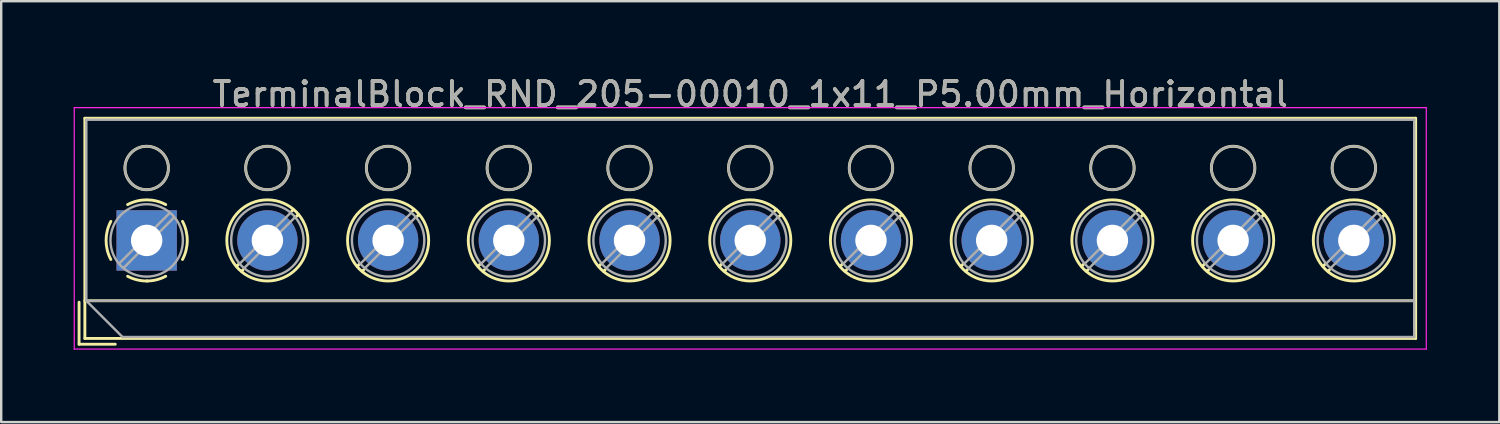
<source format=kicad_pcb>
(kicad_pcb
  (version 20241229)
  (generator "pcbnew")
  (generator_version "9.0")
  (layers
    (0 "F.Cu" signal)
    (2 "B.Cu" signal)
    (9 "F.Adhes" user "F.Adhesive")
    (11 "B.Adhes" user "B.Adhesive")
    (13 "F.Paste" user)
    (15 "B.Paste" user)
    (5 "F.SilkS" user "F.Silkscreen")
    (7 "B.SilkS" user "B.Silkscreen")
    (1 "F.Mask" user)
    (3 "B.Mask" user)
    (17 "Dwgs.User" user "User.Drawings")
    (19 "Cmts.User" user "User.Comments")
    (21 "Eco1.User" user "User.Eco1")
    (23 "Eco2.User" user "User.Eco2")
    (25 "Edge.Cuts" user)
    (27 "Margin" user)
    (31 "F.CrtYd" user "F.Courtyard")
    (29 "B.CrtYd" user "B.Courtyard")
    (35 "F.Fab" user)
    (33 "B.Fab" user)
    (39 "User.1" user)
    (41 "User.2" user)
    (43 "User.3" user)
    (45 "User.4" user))
  (footprint "TerminalBlock_RND_205-00010_1x11_P5.00mm_Horizontal"
    (layer "F.Cu")
    (at 3.025 6.908)
    (property "Reference" "TerminalBlock_RND_205-00010_1x11_P5.00mm_Horizontal" (at 25 -6.06 0) (layer "F.SilkS") (effects (font (size 1 1) (thickness 0.15))))
    (attr through_hole)
    (fp_line (start -2.8 2.56) (end -2.8 4.3) (stroke (width 0.12) (type solid)) (layer "F.SilkS"))
    (fp_line (start -2.8 4.3) (end -1.3 4.3) (stroke (width 0.12) (type solid)) (layer "F.SilkS"))
    (fp_line (start -2.56 -5.06) (end -2.56 4.06) (stroke (width 0.12) (type solid)) (layer "F.SilkS"))
    (fp_line (start -2.56 -5.06) (end 52.56 -5.06) (stroke (width 0.12) (type solid)) (layer "F.SilkS"))
    (fp_line (start -2.56 2.5) (end 52.56 2.5) (stroke (width 0.12) (type solid)) (layer "F.SilkS"))
    (fp_line (start -2.56 4.06) (end 52.56 4.06) (stroke (width 0.12) (type solid)) (layer "F.SilkS"))
    (fp_line (start 3.82 0.976) (end 3.726 1.069) (stroke (width 0.12) (type solid)) (layer "F.SilkS"))
    (fp_line (start 3.99 1.216) (end 3.931 1.274) (stroke (width 0.12) (type solid)) (layer "F.SilkS"))
    (fp_line (start 6.07 -1.275) (end 6.011 -1.216) (stroke (width 0.12) (type solid)) (layer "F.SilkS"))
    (fp_line (start 6.275 -1.069) (end 6.181 -0.976) (stroke (width 0.12) (type solid)) (layer "F.SilkS"))
    (fp_line (start 8.82 0.976) (end 8.726 1.069) (stroke (width 0.12) (type solid)) (layer "F.SilkS"))
    (fp_line (start 8.99 1.216) (end 8.931 1.274) (stroke (width 0.12) (type solid)) (layer "F.SilkS"))
    (fp_line (start 11.07 -1.275) (end 11.011 -1.216) (stroke (width 0.12) (type solid)) (layer "F.SilkS"))
    (fp_line (start 11.275 -1.069) (end 11.181 -0.976) (stroke (width 0.12) (type solid)) (layer "F.SilkS"))
    (fp_line (start 13.82 0.976) (end 13.726 1.069) (stroke (width 0.12) (type solid)) (layer "F.SilkS"))
    (fp_line (start 13.99 1.216) (end 13.931 1.274) (stroke (width 0.12) (type solid)) (layer "F.SilkS"))
    (fp_line (start 16.07 -1.275) (end 16.011 -1.216) (stroke (width 0.12) (type solid)) (layer "F.SilkS"))
    (fp_line (start 16.275 -1.069) (end 16.181 -0.976) (stroke (width 0.12) (type solid)) (layer "F.SilkS"))
    (fp_line (start 18.82 0.976) (end 18.726 1.069) (stroke (width 0.12) (type solid)) (layer "F.SilkS"))
    (fp_line (start 18.99 1.216) (end 18.931 1.274) (stroke (width 0.12) (type solid)) (layer "F.SilkS"))
    (fp_line (start 21.07 -1.275) (end 21.011 -1.216) (stroke (width 0.12) (type solid)) (layer "F.SilkS"))
    (fp_line (start 21.275 -1.069) (end 21.181 -0.976) (stroke (width 0.12) (type solid)) (layer "F.SilkS"))
    (fp_line (start 23.82 0.976) (end 23.726 1.069) (stroke (width 0.12) (type solid)) (layer "F.SilkS"))
    (fp_line (start 23.99 1.216) (end 23.931 1.274) (stroke (width 0.12) (type solid)) (layer "F.SilkS"))
    (fp_line (start 26.07 -1.275) (end 26.011 -1.216) (stroke (width 0.12) (type solid)) (layer "F.SilkS"))
    (fp_line (start 26.275 -1.069) (end 26.181 -0.976) (stroke (width 0.12) (type solid)) (layer "F.SilkS"))
    (fp_line (start 28.82 0.976) (end 28.726 1.069) (stroke (width 0.12) (type solid)) (layer "F.SilkS"))
    (fp_line (start 28.99 1.216) (end 28.931 1.274) (stroke (width 0.12) (type solid)) (layer "F.SilkS"))
    (fp_line (start 31.07 -1.275) (end 31.011 -1.216) (stroke (width 0.12) (type solid)) (layer "F.SilkS"))
    (fp_line (start 31.275 -1.069) (end 31.181 -0.976) (stroke (width 0.12) (type solid)) (layer "F.SilkS"))
    (fp_line (start 33.82 0.976) (end 33.726 1.069) (stroke (width 0.12) (type solid)) (layer "F.SilkS"))
    (fp_line (start 33.99 1.216) (end 33.931 1.274) (stroke (width 0.12) (type solid)) (layer "F.SilkS"))
    (fp_line (start 36.07 -1.275) (end 36.011 -1.216) (stroke (width 0.12) (type solid)) (layer "F.SilkS"))
    (fp_line (start 36.275 -1.069) (end 36.181 -0.976) (stroke (width 0.12) (type solid)) (layer "F.SilkS"))
    (fp_line (start 38.82 0.976) (end 38.726 1.069) (stroke (width 0.12) (type solid)) (layer "F.SilkS"))
    (fp_line (start 38.99 1.216) (end 38.931 1.274) (stroke (width 0.12) (type solid)) (layer "F.SilkS"))
    (fp_line (start 41.07 -1.275) (end 41.011 -1.216) (stroke (width 0.12) (type solid)) (layer "F.SilkS"))
    (fp_line (start 41.275 -1.069) (end 41.181 -0.976) (stroke (width 0.12) (type solid)) (layer "F.SilkS"))
    (fp_line (start 43.82 0.976) (end 43.726 1.069) (stroke (width 0.12) (type solid)) (layer "F.SilkS"))
    (fp_line (start 43.99 1.216) (end 43.931 1.274) (stroke (width 0.12) (type solid)) (layer "F.SilkS"))
    (fp_line (start 46.07 -1.275) (end 46.011 -1.216) (stroke (width 0.12) (type solid)) (layer "F.SilkS"))
    (fp_line (start 46.275 -1.069) (end 46.181 -0.976) (stroke (width 0.12) (type solid)) (layer "F.SilkS"))
    (fp_line (start 48.82 0.976) (end 48.726 1.069) (stroke (width 0.12) (type solid)) (layer "F.SilkS"))
    (fp_line (start 48.99 1.216) (end 48.931 1.274) (stroke (width 0.12) (type solid)) (layer "F.SilkS"))
    (fp_line (start 51.07 -1.275) (end 51.011 -1.216) (stroke (width 0.12) (type solid)) (layer "F.SilkS"))
    (fp_line (start 51.275 -1.069) (end 51.181 -0.976) (stroke (width 0.12) (type solid)) (layer "F.SilkS"))
    (fp_line (start 52.56 -5.06) (end 52.56 4.06) (stroke (width 0.12) (type solid)) (layer "F.SilkS"))
    (fp_arc (start -1.483953 0.789089) (mid -1.680708 0.00005) (end -1.484 -0.789) (stroke (width 0.12) (type solid)) (layer "F.SilkS"))
    (fp_arc (start -0.789089 -1.483953) (mid -0.00005 -1.680708) (end 0.789 -1.484) (stroke (width 0.12) (type solid)) (layer "F.SilkS"))
    (fp_arc (start 0.029383 1.68045) (mid -0.392304 1.634281) (end -0.789 1.484) (stroke (width 0.12) (type solid)) (layer "F.SilkS"))
    (fp_arc (start 0.788712 1.483352) (mid 0.406429 1.630097) (end 0 1.68) (stroke (width 0.12) (type solid)) (layer "F.SilkS"))
    (fp_arc (start 1.483953 -0.789089) (mid 1.680708 -0.00005) (end 1.484 0.789) (stroke (width 0.12) (type solid)) (layer "F.SilkS"))
    (fp_circle (center 0 -3) (end 0.9 -3) (stroke (width 0.12) (type solid)) (fill no) (layer "F.SilkS"))
    (fp_circle (center 5 -3) (end 5.9 -3) (stroke (width 0.12) (type solid)) (fill no) (layer "F.SilkS"))
    (fp_circle (center 5 0) (end 6.68 0) (stroke (width 0.12) (type solid)) (fill no) (layer "F.SilkS"))
    (fp_circle (center 10 -3) (end 10.9 -3) (stroke (width 0.12) (type solid)) (fill no) (layer "F.SilkS"))
    (fp_circle (center 10 0) (end 11.68 0) (stroke (width 0.12) (type solid)) (fill no) (layer "F.SilkS"))
    (fp_circle (center 15 -3) (end 15.9 -3) (stroke (width 0.12) (type solid)) (fill no) (layer "F.SilkS"))
    (fp_circle (center 15 0) (end 16.68 0) (stroke (width 0.12) (type solid)) (fill no) (layer "F.SilkS"))
    (fp_circle (center 20 -3) (end 20.9 -3) (stroke (width 0.12) (type solid)) (fill no) (layer "F.SilkS"))
    (fp_circle (center 20 0) (end 21.68 0) (stroke (width 0.12) (type solid)) (fill no) (layer "F.SilkS"))
    (fp_circle (center 25 -3) (end 25.9 -3) (stroke (width 0.12) (type solid)) (fill no) (layer "F.SilkS"))
    (fp_circle (center 25 0) (end 26.68 0) (stroke (width 0.12) (type solid)) (fill no) (layer "F.SilkS"))
    (fp_circle (center 30 -3) (end 30.9 -3) (stroke (width 0.12) (type solid)) (fill no) (layer "F.SilkS"))
    (fp_circle (center 30 0) (end 31.68 0) (stroke (width 0.12) (type solid)) (fill no) (layer "F.SilkS"))
    (fp_circle (center 35 -3) (end 35.9 -3) (stroke (width 0.12) (type solid)) (fill no) (layer "F.SilkS"))
    (fp_circle (center 35 0) (end 36.68 0) (stroke (width 0.12) (type solid)) (fill no) (layer "F.SilkS"))
    (fp_circle (center 40 -3) (end 40.9 -3) (stroke (width 0.12) (type solid)) (fill no) (layer "F.SilkS"))
    (fp_circle (center 40 0) (end 41.68 0) (stroke (width 0.12) (type solid)) (fill no) (layer "F.SilkS"))
    (fp_circle (center 45 -3) (end 45.9 -3) (stroke (width 0.12) (type solid)) (fill no) (layer "F.SilkS"))
    (fp_circle (center 45 0) (end 46.68 0) (stroke (width 0.12) (type solid)) (fill no) (layer "F.SilkS"))
    (fp_circle (center 50 -3) (end 50.9 -3) (stroke (width 0.12) (type solid)) (fill no) (layer "F.SilkS"))
    (fp_circle (center 50 0) (end 51.68 0) (stroke (width 0.12) (type solid)) (fill no) (layer "F.SilkS"))
    (fp_line (start -3 -5.5) (end -3 4.5) (stroke (width 0.05) (type solid)) (layer "F.CrtYd"))
    (fp_line (start -3 4.5) (end 53 4.5) (stroke (width 0.05) (type solid)) (layer "F.CrtYd"))
    (fp_line (start 53 -5.5) (end -3 -5.5) (stroke (width 0.05) (type solid)) (layer "F.CrtYd"))
    (fp_line (start 53 4.5) (end 53 -5.5) (stroke (width 0.05) (type solid)) (layer "F.CrtYd"))
    (fp_line (start -2.5 -5) (end 52.5 -5) (stroke (width 0.1) (type solid)) (layer "F.Fab"))
    (fp_line (start -2.5 2.5) (end -2.5 -5) (stroke (width 0.1) (type solid)) (layer "F.Fab"))
    (fp_line (start -2.5 2.5) (end 52.5 2.5) (stroke (width 0.1) (type solid)) (layer "F.Fab"))
    (fp_line (start -1 4) (end -2.5 2.5) (stroke (width 0.1) (type solid)) (layer "F.Fab"))
    (fp_line (start 0.955 -1.138) (end -1.138 0.955) (stroke (width 0.1) (type solid)) (layer "F.Fab"))
    (fp_line (start 1.138 -0.955) (end -0.955 1.138) (stroke (width 0.1) (type solid)) (layer "F.Fab"))
    (fp_line (start 5.955 -1.138) (end 3.863 0.955) (stroke (width 0.1) (type solid)) (layer "F.Fab"))
    (fp_line (start 6.138 -0.955) (end 4.046 1.138) (stroke (width 0.1) (type solid)) (layer "F.Fab"))
    (fp_line (start 10.955 -1.138) (end 8.863 0.955) (stroke (width 0.1) (type solid)) (layer "F.Fab"))
    (fp_line (start 11.138 -0.955) (end 9.046 1.138) (stroke (width 0.1) (type solid)) (layer "F.Fab"))
    (fp_line (start 15.955 -1.138) (end 13.863 0.955) (stroke (width 0.1) (type solid)) (layer "F.Fab"))
    (fp_line (start 16.138 -0.955) (end 14.046 1.138) (stroke (width 0.1) (type solid)) (layer "F.Fab"))
    (fp_line (start 20.955 -1.138) (end 18.863 0.955) (stroke (width 0.1) (type solid)) (layer "F.Fab"))
    (fp_line (start 21.138 -0.955) (end 19.046 1.138) (stroke (width 0.1) (type solid)) (layer "F.Fab"))
    (fp_line (start 25.955 -1.138) (end 23.863 0.955) (stroke (width 0.1) (type solid)) (layer "F.Fab"))
    (fp_line (start 26.138 -0.955) (end 24.046 1.138) (stroke (width 0.1) (type solid)) (layer "F.Fab"))
    (fp_line (start 30.955 -1.138) (end 28.863 0.955) (stroke (width 0.1) (type solid)) (layer "F.Fab"))
    (fp_line (start 31.138 -0.955) (end 29.046 1.138) (stroke (width 0.1) (type solid)) (layer "F.Fab"))
    (fp_line (start 35.955 -1.138) (end 33.863 0.955) (stroke (width 0.1) (type solid)) (layer "F.Fab"))
    (fp_line (start 36.138 -0.955) (end 34.046 1.138) (stroke (width 0.1) (type solid)) (layer "F.Fab"))
    (fp_line (start 40.955 -1.138) (end 38.863 0.955) (stroke (width 0.1) (type solid)) (layer "F.Fab"))
    (fp_line (start 41.138 -0.955) (end 39.046 1.138) (stroke (width 0.1) (type solid)) (layer "F.Fab"))
    (fp_line (start 45.955 -1.138) (end 43.863 0.955) (stroke (width 0.1) (type solid)) (layer "F.Fab"))
    (fp_line (start 46.138 -0.955) (end 44.046 1.138) (stroke (width 0.1) (type solid)) (layer "F.Fab"))
    (fp_line (start 50.955 -1.138) (end 48.863 0.955) (stroke (width 0.1) (type solid)) (layer "F.Fab"))
    (fp_line (start 51.138 -0.955) (end 49.046 1.138) (stroke (width 0.1) (type solid)) (layer "F.Fab"))
    (fp_line (start 52.5 -5) (end 52.5 4) (stroke (width 0.1) (type solid)) (layer "F.Fab"))
    (fp_line (start 52.5 4) (end -1 4) (stroke (width 0.1) (type solid)) (layer "F.Fab"))
    (fp_circle (center 0 -3) (end 0.9 -3) (stroke (width 0.1) (type solid)) (fill no) (layer "F.Fab"))
    (fp_circle (center 0 0) (end 1.5 0) (stroke (width 0.1) (type solid)) (fill no) (layer "F.Fab"))
    (fp_circle (center 5 -3) (end 5.9 -3) (stroke (width 0.1) (type solid)) (fill no) (layer "F.Fab"))
    (fp_circle (center 5 0) (end 6.5 0) (stroke (width 0.1) (type solid)) (fill no) (layer "F.Fab"))
    (fp_circle (center 10 -3) (end 10.9 -3) (stroke (width 0.1) (type solid)) (fill no) (layer "F.Fab"))
    (fp_circle (center 10 0) (end 11.5 0) (stroke (width 0.1) (type solid)) (fill no) (layer "F.Fab"))
    (fp_circle (center 15 -3) (end 15.9 -3) (stroke (width 0.1) (type solid)) (fill no) (layer "F.Fab"))
    (fp_circle (center 15 0) (end 16.5 0) (stroke (width 0.1) (type solid)) (fill no) (layer "F.Fab"))
    (fp_circle (center 20 -3) (end 20.9 -3) (stroke (width 0.1) (type solid)) (fill no) (layer "F.Fab"))
    (fp_circle (center 20 0) (end 21.5 0) (stroke (width 0.1) (type solid)) (fill no) (layer "F.Fab"))
    (fp_circle (center 25 -3) (end 25.9 -3) (stroke (width 0.1) (type solid)) (fill no) (layer "F.Fab"))
    (fp_circle (center 25 0) (end 26.5 0) (stroke (width 0.1) (type solid)) (fill no) (layer "F.Fab"))
    (fp_circle (center 30 -3) (end 30.9 -3) (stroke (width 0.1) (type solid)) (fill no) (layer "F.Fab"))
    (fp_circle (center 30 0) (end 31.5 0) (stroke (width 0.1) (type solid)) (fill no) (layer "F.Fab"))
    (fp_circle (center 35 -3) (end 35.9 -3) (stroke (width 0.1) (type solid)) (fill no) (layer "F.Fab"))
    (fp_circle (center 35 0) (end 36.5 0) (stroke (width 0.1) (type solid)) (fill no) (layer "F.Fab"))
    (fp_circle (center 40 -3) (end 40.9 -3) (stroke (width 0.1) (type solid)) (fill no) (layer "F.Fab"))
    (fp_circle (center 40 0) (end 41.5 0) (stroke (width 0.1) (type solid)) (fill no) (layer "F.Fab"))
    (fp_circle (center 45 -3) (end 45.9 -3) (stroke (width 0.1) (type solid)) (fill no) (layer "F.Fab"))
    (fp_circle (center 45 0) (end 46.5 0) (stroke (width 0.1) (type solid)) (fill no) (layer "F.Fab"))
    (fp_circle (center 50 -3) (end 50.9 -3) (stroke (width 0.1) (type solid)) (fill no) (layer "F.Fab"))
    (fp_circle (center 50 0) (end 51.5 0) (stroke (width 0.1) (type solid)) (fill no) (layer "F.Fab"))
    (fp_text user "${REFERENCE}" (at 25 -6.06 0) (layer "F.Fab") (effects (font (size 1 1) (thickness 0.15))))
    (pad "1" thru_hole rect (at 0 0) (size 2.5 2.5) (drill 1.3) (layers "*.Cu" "*.Mask"))
    (pad "2" thru_hole circle (at 5 0) (size 2.5 2.5) (drill 1.3) (layers "*.Cu" "*.Mask"))
    (pad "3" thru_hole circle (at 10 0) (size 2.5 2.5) (drill 1.3) (layers "*.Cu" "*.Mask"))
    (pad "4" thru_hole circle (at 15 0) (size 2.5 2.5) (drill 1.3) (layers "*.Cu" "*.Mask"))
    (pad "5" thru_hole circle (at 20 0) (size 2.5 2.5) (drill 1.3) (layers "*.Cu" "*.Mask"))
    (pad "6" thru_hole circle (at 25 0) (size 2.5 2.5) (drill 1.3) (layers "*.Cu" "*.Mask"))
    (pad "7" thru_hole circle (at 30 0) (size 2.5 2.5) (drill 1.3) (layers "*.Cu" "*.Mask"))
    (pad "8" thru_hole circle (at 35 0) (size 2.5 2.5) (drill 1.3) (layers "*.Cu" "*.Mask"))
    (pad "9" thru_hole circle (at 40 0) (size 2.5 2.5) (drill 1.3) (layers "*.Cu" "*.Mask"))
    (pad "10" thru_hole circle (at 45 0) (size 2.5 2.5) (drill 1.3) (layers "*.Cu" "*.Mask"))
    (pad "11" thru_hole circle (at 50 0) (size 2.5 2.5) (drill 1.3) (layers "*.Cu" "*.Mask")))
  (gr_rect
    (start -3 -3)
    (end 59.05 14.433)
    (stroke (width 0.1) (type default))
    (fill no)
    (layer "Edge.Cuts")))
</source>
